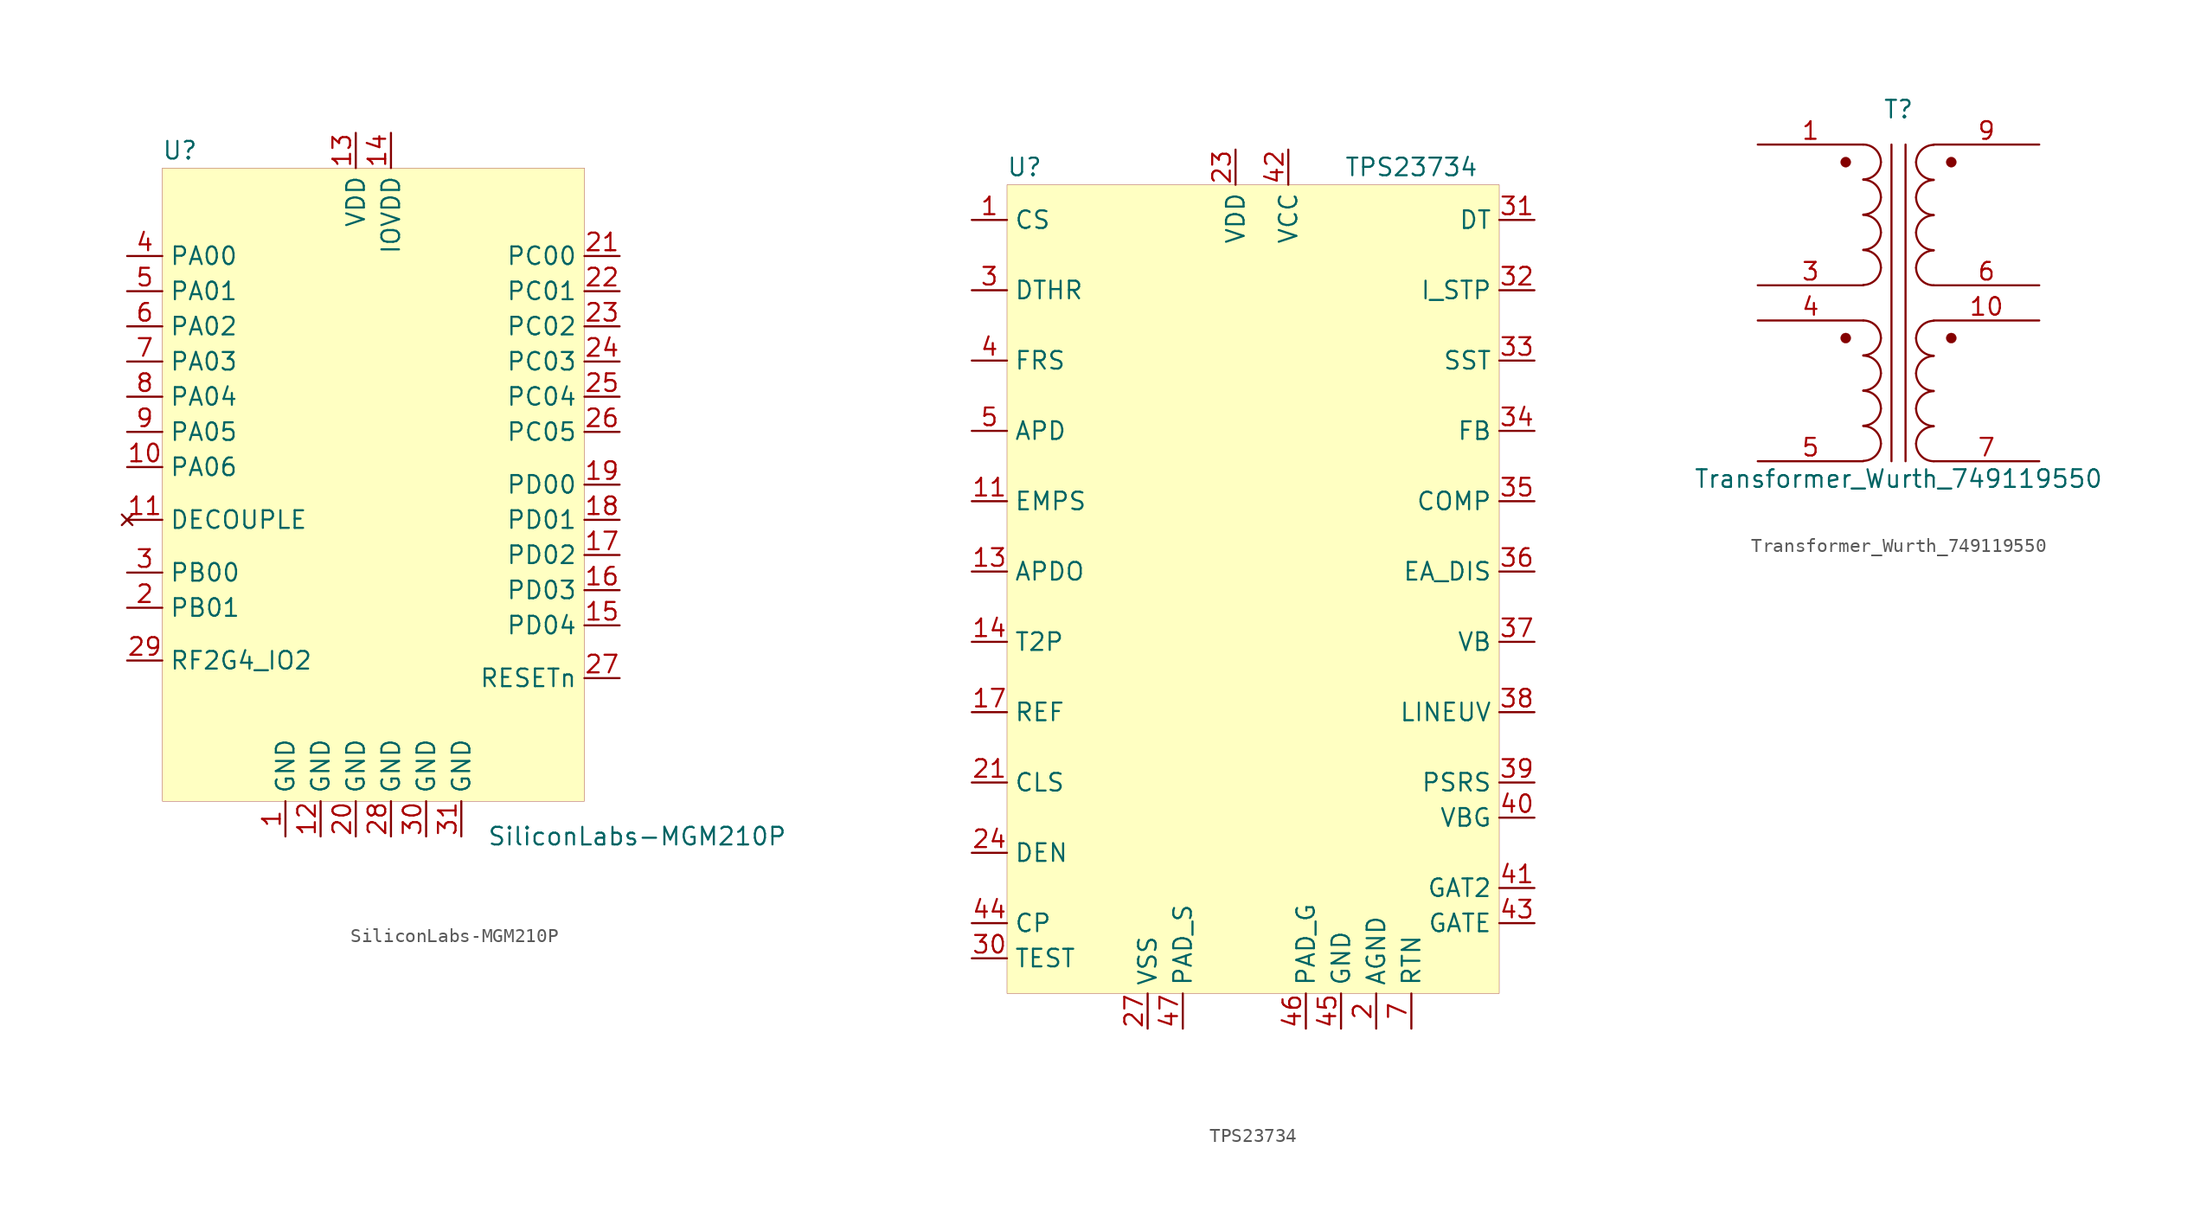
<source format=kicad_sym>
(kicad_symbol_lib
  (version 20211014)
  (generator kicad_symbol_editor)
  (symbol "SiliconLabs-MGM210P"
    (property "Reference" "U"
      (at -13.97 24.13 0)
      (effects (font (size 1.27 1.27))))
    (property "Value" "SiliconLabs-MGM210P"
      (at 19.05 -25.4 0)
      (effects (font (size 1.27 1.27))))
    (symbol "SiliconLabs-MGM210P_0_1"
      (rectangle (start -15.24 22.86) (end 15.24 -22.86) (stroke (width 0.001) (type default) (color 0 0 0 0)) (fill (type background))))
    (symbol "SiliconLabs-MGM210P_1_1"
      (pin power_in line (at -6.35 -25.4 90) (length 2.54) (name "GND" (effects (font (size 1.27 1.27)))) (number "1" (effects (font (size 1.27 1.27)))))
      (pin bidirectional line (at -17.78 1.27 0) (length 2.54) (name "PA06" (effects (font (size 1.27 1.27)))) (number "10" (effects (font (size 1.27 1.27)))))
      (pin no_connect line (at -17.78 -2.54 0) (length 2.54) (name "DECOUPLE" (effects (font (size 1.27 1.27)))) (number "11" (effects (font (size 1.27 1.27)))))
      (pin power_in line (at -3.81 -25.4 90) (length 2.54) (name "GND" (effects (font (size 1.27 1.27)))) (number "12" (effects (font (size 1.27 1.27)))))
      (pin power_in line (at -1.27 25.4 270) (length 2.54) (name "VDD" (effects (font (size 1.27 1.27)))) (number "13" (effects (font (size 1.27 1.27)))))
      (pin power_in line (at 1.27 25.4 270) (length 2.54) (name "IOVDD" (effects (font (size 1.27 1.27)))) (number "14" (effects (font (size 1.27 1.27)))))
      (pin bidirectional line (at 17.78 -10.16 180) (length 2.54) (name "PD04" (effects (font (size 1.27 1.27)))) (number "15" (effects (font (size 1.27 1.27)))))
      (pin bidirectional line (at 17.78 -7.62 180) (length 2.54) (name "PD03" (effects (font (size 1.27 1.27)))) (number "16" (effects (font (size 1.27 1.27)))))
      (pin bidirectional line (at 17.78 -5.08 180) (length 2.54) (name "PD02" (effects (font (size 1.27 1.27)))) (number "17" (effects (font (size 1.27 1.27)))))
      (pin bidirectional line (at 17.78 -2.54 180) (length 2.54) (name "PD01" (effects (font (size 1.27 1.27)))) (number "18" (effects (font (size 1.27 1.27)))))
      (pin bidirectional line (at 17.78 0 180) (length 2.54) (name "PD00" (effects (font (size 1.27 1.27)))) (number "19" (effects (font (size 1.27 1.27)))))
      (pin bidirectional line (at -17.78 -8.89 0) (length 2.54) (name "PB01" (effects (font (size 1.27 1.27)))) (number "2" (effects (font (size 1.27 1.27)))))
      (pin power_in line (at -1.27 -25.4 90) (length 2.54) (name "GND" (effects (font (size 1.27 1.27)))) (number "20" (effects (font (size 1.27 1.27)))))
      (pin bidirectional line (at 17.78 16.51 180) (length 2.54) (name "PC00" (effects (font (size 1.27 1.27)))) (number "21" (effects (font (size 1.27 1.27)))))
      (pin bidirectional line (at 17.78 13.97 180) (length 2.54) (name "PC01" (effects (font (size 1.27 1.27)))) (number "22" (effects (font (size 1.27 1.27)))))
      (pin bidirectional line (at 17.78 11.43 180) (length 2.54) (name "PC02" (effects (font (size 1.27 1.27)))) (number "23" (effects (font (size 1.27 1.27)))))
      (pin bidirectional line (at 17.78 8.89 180) (length 2.54) (name "PC03" (effects (font (size 1.27 1.27)))) (number "24" (effects (font (size 1.27 1.27)))))
      (pin bidirectional line (at 17.78 6.35 180) (length 2.54) (name "PC04" (effects (font (size 1.27 1.27)))) (number "25" (effects (font (size 1.27 1.27)))))
      (pin bidirectional line (at 17.78 3.81 180) (length 2.54) (name "PC05" (effects (font (size 1.27 1.27)))) (number "26" (effects (font (size 1.27 1.27)))))
      (pin bidirectional line (at 17.78 -13.97 180) (length 2.54) (name "RESETn" (effects (font (size 1.27 1.27)))) (number "27" (effects (font (size 1.27 1.27)))))
      (pin power_in line (at 1.27 -25.4 90) (length 2.54) (name "GND" (effects (font (size 1.27 1.27)))) (number "28" (effects (font (size 1.27 1.27)))))
      (pin input line (at -17.78 -12.7 0) (length 2.54) (name "RF2G4_IO2" (effects (font (size 1.27 1.27)))) (number "29" (effects (font (size 1.27 1.27)))))
      (pin bidirectional line (at -17.78 -6.35 0) (length 2.54) (name "PB00" (effects (font (size 1.27 1.27)))) (number "3" (effects (font (size 1.27 1.27)))))
      (pin power_in line (at 3.81 -25.4 90) (length 2.54) (name "GND" (effects (font (size 1.27 1.27)))) (number "30" (effects (font (size 1.27 1.27)))))
      (pin power_in line (at 6.35 -25.4 90) (length 2.54) (name "GND" (effects (font (size 1.27 1.27)))) (number "31" (effects (font (size 1.27 1.27)))))
      (pin bidirectional line (at -17.78 16.51 0) (length 2.54) (name "PA00" (effects (font (size 1.27 1.27)))) (number "4" (effects (font (size 1.27 1.27)))))
      (pin bidirectional line (at -17.78 13.97 0) (length 2.54) (name "PA01" (effects (font (size 1.27 1.27)))) (number "5" (effects (font (size 1.27 1.27)))))
      (pin bidirectional line (at -17.78 11.43 0) (length 2.54) (name "PA02" (effects (font (size 1.27 1.27)))) (number "6" (effects (font (size 1.27 1.27)))))
      (pin bidirectional line (at -17.78 8.89 0) (length 2.54) (name "PA03" (effects (font (size 1.27 1.27)))) (number "7" (effects (font (size 1.27 1.27)))))
      (pin bidirectional line (at -17.78 6.35 0) (length 2.54) (name "PA04" (effects (font (size 1.27 1.27)))) (number "8" (effects (font (size 1.27 1.27)))))
      (pin bidirectional line (at -17.78 3.81 0) (length 2.54) (name "PA05" (effects (font (size 1.27 1.27)))) (number "9" (effects (font (size 1.27 1.27)))))))
  (symbol "TPS23734"
    (property "Reference" "U"
      (at -16.51 30.48 0)
      (effects (font (size 1.27 1.27))))
    (property "Value" "TPS23734"
      (at 11.43 30.48 0)
      (effects (font (size 1.27 1.27))))
    (symbol "TPS23734_0_0"
      (pin bidirectional line (at -20.32 26.67 0) (length 2.54) (name "CS" (effects (font (size 1.27 1.27)))) (number "1" (effects (font (size 1.27 1.27)))))
      (pin no_connect line (at 1.27 20.32 0) (length 2.54) hide (name "NC" (effects (font (size 1.27 1.27)))) (number "10" (effects (font (size 1.27 1.27)))))
      (pin input line (at -20.32 6.35 0) (length 2.54) (name "EMPS" (effects (font (size 1.27 1.27)))) (number "11" (effects (font (size 1.27 1.27)))))
      (pin no_connect line (at 1.27 15.24 0) (length 2.54) hide (name "NC" (effects (font (size 1.27 1.27)))) (number "12" (effects (font (size 1.27 1.27)))))
      (pin output line (at -20.32 1.27 0) (length 2.54) (name "APDO" (effects (font (size 1.27 1.27)))) (number "13" (effects (font (size 1.27 1.27)))))
      (pin output line (at -20.32 -3.81 0) (length 2.54) (name "T2P" (effects (font (size 1.27 1.27)))) (number "14" (effects (font (size 1.27 1.27)))))
      (pin no_connect line (at 1.27 17.78 0) (length 2.54) hide (name "NC" (effects (font (size 1.27 1.27)))) (number "15" (effects (font (size 1.27 1.27)))))
      (pin no_connect line (at 1.27 12.7 0) (length 2.54) hide (name "NC" (effects (font (size 1.27 1.27)))) (number "16" (effects (font (size 1.27 1.27)))))
      (pin output line (at -20.32 -8.89 0) (length 2.54) (name "REF" (effects (font (size 1.27 1.27)))) (number "17" (effects (font (size 1.27 1.27)))))
      (pin no_connect line (at 1.27 10.16 0) (length 2.54) hide (name "NC" (effects (font (size 1.27 1.27)))) (number "18" (effects (font (size 1.27 1.27)))))
      (pin no_connect line (at 1.27 7.62 0) (length 2.54) hide (name "NC" (effects (font (size 1.27 1.27)))) (number "19" (effects (font (size 1.27 1.27)))))
      (pin power_in line (at 8.89 -31.75 90) (length 2.54) (name "AGND" (effects (font (size 1.27 1.27)))) (number "2" (effects (font (size 1.27 1.27)))))
      (pin no_connect line (at 1.27 5.08 0) (length 2.54) hide (name "NC" (effects (font (size 1.27 1.27)))) (number "20" (effects (font (size 1.27 1.27)))))
      (pin output line (at -20.32 -13.97 0) (length 2.54) (name "CLS" (effects (font (size 1.27 1.27)))) (number "21" (effects (font (size 1.27 1.27)))))
      (pin no_connect line (at 1.27 2.54 0) (length 2.54) hide (name "NC" (effects (font (size 1.27 1.27)))) (number "22" (effects (font (size 1.27 1.27)))))
      (pin power_in line (at -1.27 31.75 270) (length 2.54) (name "VDD" (effects (font (size 1.27 1.27)))) (number "23" (effects (font (size 1.27 1.27)))))
      (pin bidirectional line (at -20.32 -19.05 0) (length 2.54) (name "DEN" (effects (font (size 1.27 1.27)))) (number "24" (effects (font (size 1.27 1.27)))))
      (pin no_connect line (at 1.27 0 0) (length 2.54) hide (name "NC" (effects (font (size 1.27 1.27)))) (number "25" (effects (font (size 1.27 1.27)))))
      (pin no_connect line (at 1.27 -2.54 0) (length 2.54) hide (name "NC" (effects (font (size 1.27 1.27)))) (number "26" (effects (font (size 1.27 1.27)))))
      (pin power_in line (at -7.62 -31.75 90) (length 2.54) (name "VSS" (effects (font (size 1.27 1.27)))) (number "27" (effects (font (size 1.27 1.27)))))
      (pin passive line (at -7.62 -31.75 90) (length 2.54) hide (name "VSS" (effects (font (size 1.27 1.27)))) (number "28" (effects (font (size 1.27 1.27)))))
      (pin no_connect line (at 1.27 -5.08 0) (length 2.54) hide (name "NC" (effects (font (size 1.27 1.27)))) (number "29" (effects (font (size 1.27 1.27)))))
      (pin output line (at -20.32 21.59 0) (length 2.54) (name "DTHR" (effects (font (size 1.27 1.27)))) (number "3" (effects (font (size 1.27 1.27)))))
      (pin output line (at -20.32 -26.67 0) (length 2.54) (name "TEST" (effects (font (size 1.27 1.27)))) (number "30" (effects (font (size 1.27 1.27)))))
      (pin input line (at 20.32 26.67 180) (length 2.54) (name "DT" (effects (font (size 1.27 1.27)))) (number "31" (effects (font (size 1.27 1.27)))))
      (pin input line (at 20.32 21.59 180) (length 2.54) (name "I_STP" (effects (font (size 1.27 1.27)))) (number "32" (effects (font (size 1.27 1.27)))))
      (pin bidirectional line (at 20.32 16.51 180) (length 2.54) (name "SST" (effects (font (size 1.27 1.27)))) (number "33" (effects (font (size 1.27 1.27)))))
      (pin input line (at 20.32 11.43 180) (length 2.54) (name "FB" (effects (font (size 1.27 1.27)))) (number "34" (effects (font (size 1.27 1.27)))))
      (pin bidirectional line (at 20.32 6.35 180) (length 2.54) (name "COMP" (effects (font (size 1.27 1.27)))) (number "35" (effects (font (size 1.27 1.27)))))
      (pin input line (at 20.32 1.27 180) (length 2.54) (name "EA_DIS" (effects (font (size 1.27 1.27)))) (number "36" (effects (font (size 1.27 1.27)))))
      (pin output line (at 20.32 -3.81 180) (length 2.54) (name "VB" (effects (font (size 1.27 1.27)))) (number "37" (effects (font (size 1.27 1.27)))))
      (pin input line (at 20.32 -8.89 180) (length 2.54) (name "LINEUV" (effects (font (size 1.27 1.27)))) (number "38" (effects (font (size 1.27 1.27)))))
      (pin input line (at 20.32 -13.97 180) (length 2.54) (name "PSRS" (effects (font (size 1.27 1.27)))) (number "39" (effects (font (size 1.27 1.27)))))
      (pin input line (at -20.32 16.51 0) (length 2.54) (name "FRS" (effects (font (size 1.27 1.27)))) (number "4" (effects (font (size 1.27 1.27)))))
      (pin output line (at 20.32 -16.51 180) (length 2.54) (name "VBG" (effects (font (size 1.27 1.27)))) (number "40" (effects (font (size 1.27 1.27)))))
      (pin output line (at 20.32 -21.59 180) (length 2.54) (name "GAT2" (effects (font (size 1.27 1.27)))) (number "41" (effects (font (size 1.27 1.27)))))
      (pin power_in line (at 2.54 31.75 270) (length 2.54) (name "VCC" (effects (font (size 1.27 1.27)))) (number "42" (effects (font (size 1.27 1.27)))))
      (pin output line (at 20.32 -24.13 180) (length 2.54) (name "GATE" (effects (font (size 1.27 1.27)))) (number "43" (effects (font (size 1.27 1.27)))))
      (pin output line (at -20.32 -24.13 0) (length 2.54) (name "CP" (effects (font (size 1.27 1.27)))) (number "44" (effects (font (size 1.27 1.27)))))
      (pin power_in line (at 6.35 -31.75 90) (length 2.54) (name "GND" (effects (font (size 1.27 1.27)))) (number "45" (effects (font (size 1.27 1.27)))))
      (pin power_in line (at 3.81 -31.75 90) (length 2.54) (name "PAD_G" (effects (font (size 1.27 1.27)))) (number "46" (effects (font (size 1.27 1.27)))))
      (pin power_in line (at -5.08 -31.75 90) (length 2.54) (name "PAD_S" (effects (font (size 1.27 1.27)))) (number "47" (effects (font (size 1.27 1.27)))))
      (pin input line (at -20.32 11.43 0) (length 2.54) (name "APD" (effects (font (size 1.27 1.27)))) (number "5" (effects (font (size 1.27 1.27)))))
      (pin no_connect line (at 1.27 22.86 0) (length 2.54) hide (name "NC" (effects (font (size 1.27 1.27)))) (number "6" (effects (font (size 1.27 1.27)))))
      (pin power_in line (at 11.43 -31.75 90) (length 2.54) (name "RTN" (effects (font (size 1.27 1.27)))) (number "7" (effects (font (size 1.27 1.27)))))
      (pin passive line (at 11.43 -31.75 90) (length 2.54) hide (name "RTN" (effects (font (size 1.27 1.27)))) (number "8" (effects (font (size 1.27 1.27)))))
      (pin passive line (at 11.43 -31.75 90) (length 2.54) hide (name "RTN" (effects (font (size 1.27 1.27)))) (number "9" (effects (font (size 1.27 1.27))))))
    (symbol "TPS23734_0_1"
      (rectangle (start -17.78 29.21) (end 17.78 -29.21) (stroke (width 0.001) (type default) (color 0 0 0 0)) (fill (type background)))))
  (symbol "Transformer_Wurth_749119550"
    (pin_names
      (offset 1.016) hide)
    (property "Reference" "T"
      (at 0 12.7 0)
      (effects (font (size 1.27 1.27))))
    (property "Value" "Transformer_Wurth_749119550"
      (at 0 -13.97 0)
      (effects (font (size 1.27 1.27))))
    (symbol "Transformer_Wurth_749119550_0_1"
      (circle (center -3.81 -3.81) (radius 0.366) (stroke (width 0.001) (type default) (color 0 0 0 0)) (fill (type outline)))
      (circle (center -3.81 8.89) (radius 0.366) (stroke (width 0.001) (type default) (color 0 0 0 0)) (fill (type outline)))
      (arc (start -2.54 -12.6746) (mid -1.6599 -12.3101) (end -1.27 -11.43) (stroke (width 0) (type default) (color 0 0 0 0)) (fill (type none)))
      (arc (start -2.54 -10.1346) (mid -1.6599 -9.7701) (end -1.27 -8.89) (stroke (width 0) (type default) (color 0 0 0 0)) (fill (type none)))
      (arc (start -2.54 -7.5946) (mid -1.6599 -7.2301) (end -1.27 -6.35) (stroke (width 0) (type default) (color 0 0 0 0)) (fill (type none)))
      (arc (start -2.54 -5.0546) (mid -1.6599 -4.6901) (end -1.27 -3.81) (stroke (width 0) (type default) (color 0 0 0 0)) (fill (type none)))
      (arc (start -2.54 0.0254) (mid -1.6599 0.3899) (end -1.27 1.27) (stroke (width 0) (type default) (color 0 0 0 0)) (fill (type none)))
      (arc (start -2.54 2.5654) (mid -1.6599 2.9299) (end -1.27 3.81) (stroke (width 0) (type default) (color 0 0 0 0)) (fill (type none)))
      (arc (start -2.54 5.1054) (mid -1.6599 5.4699) (end -1.27 6.35) (stroke (width 0) (type default) (color 0 0 0 0)) (fill (type none)))
      (arc (start -2.54 7.6454) (mid -1.6599 8.0099) (end -1.27 8.89) (stroke (width 0) (type default) (color 0 0 0 0)) (fill (type none)))
      (arc (start -1.27 -11.43) (mid -1.642 -10.532) (end -2.54 -10.16) (stroke (width 0) (type default) (color 0 0 0 0)) (fill (type none)))
      (arc (start -1.27 -8.89) (mid -1.642 -7.992) (end -2.54 -7.62) (stroke (width 0) (type default) (color 0 0 0 0)) (fill (type none)))
      (arc (start -1.27 -6.35) (mid -1.642 -5.452) (end -2.54 -5.08) (stroke (width 0) (type default) (color 0 0 0 0)) (fill (type none)))
      (arc (start -1.27 -3.81) (mid -1.642 -2.912) (end -2.54 -2.54) (stroke (width 0) (type default) (color 0 0 0 0)) (fill (type none)))
      (arc (start -1.27 1.27) (mid -1.642 2.168) (end -2.54 2.54) (stroke (width 0) (type default) (color 0 0 0 0)) (fill (type none)))
      (arc (start -1.27 3.81) (mid -1.642 4.708) (end -2.54 5.08) (stroke (width 0) (type default) (color 0 0 0 0)) (fill (type none)))
      (arc (start -1.27 6.35) (mid -1.642 7.248) (end -2.54 7.62) (stroke (width 0) (type default) (color 0 0 0 0)) (fill (type none)))
      (arc (start -1.27 8.89) (mid -1.642 9.788) (end -2.54 10.16) (stroke (width 0) (type default) (color 0 0 0 0)) (fill (type none)))
      (polyline (pts (xy -0.508 -12.7) (xy -0.508 10.16)) (stroke (width 0) (type default) (color 0 0 0 0)) (fill (type none)))
      (polyline (pts (xy 0.508 10.16) (xy 0.508 -12.7)) (stroke (width 0) (type default) (color 0 0 0 0)) (fill (type none)))
      (arc (start 1.27 -11.43) (mid 1.642 -12.328) (end 2.54 -12.7) (stroke (width 0) (type default) (color 0 0 0 0)) (fill (type none)))
      (arc (start 1.27 -8.89) (mid 1.642 -9.788) (end 2.54 -10.16) (stroke (width 0) (type default) (color 0 0 0 0)) (fill (type none)))
      (arc (start 1.27 -6.35) (mid 1.642 -7.248) (end 2.54 -7.62) (stroke (width 0) (type default) (color 0 0 0 0)) (fill (type none)))
      (arc (start 1.27 -3.81) (mid 1.642 -4.708) (end 2.54 -5.08) (stroke (width 0) (type default) (color 0 0 0 0)) (fill (type none)))
      (arc (start 1.27 1.27) (mid 1.642 0.372) (end 2.54 0) (stroke (width 0) (type default) (color 0 0 0 0)) (fill (type none)))
      (arc (start 1.27 3.81) (mid 1.642 2.912) (end 2.54 2.54) (stroke (width 0) (type default) (color 0 0 0 0)) (fill (type none)))
      (arc (start 1.27 6.35) (mid 1.642 5.452) (end 2.54 5.08) (stroke (width 0) (type default) (color 0 0 0 0)) (fill (type none)))
      (arc (start 1.27 8.89) (mid 1.642 7.992) (end 2.54 7.62) (stroke (width 0) (type default) (color 0 0 0 0)) (fill (type none)))
      (arc (start 2.54 -10.1854) (mid 1.6599 -10.5499) (end 1.27 -11.43) (stroke (width 0) (type default) (color 0 0 0 0)) (fill (type none)))
      (arc (start 2.54 -7.6454) (mid 1.6599 -8.0099) (end 1.27 -8.89) (stroke (width 0) (type default) (color 0 0 0 0)) (fill (type none)))
      (arc (start 2.54 -5.1054) (mid 1.6599 -5.4699) (end 1.27 -6.35) (stroke (width 0) (type default) (color 0 0 0 0)) (fill (type none)))
      (arc (start 2.54 -2.5654) (mid 1.6599 -2.9299) (end 1.27 -3.81) (stroke (width 0) (type default) (color 0 0 0 0)) (fill (type none)))
      (arc (start 2.54 2.5146) (mid 1.6599 2.1501) (end 1.27 1.27) (stroke (width 0) (type default) (color 0 0 0 0)) (fill (type none)))
      (arc (start 2.54 5.0546) (mid 1.6599 4.6901) (end 1.27 3.81) (stroke (width 0) (type default) (color 0 0 0 0)) (fill (type none)))
      (arc (start 2.54 7.5946) (mid 1.6599 7.2301) (end 1.27 6.35) (stroke (width 0) (type default) (color 0 0 0 0)) (fill (type none)))
      (arc (start 2.54 10.1346) (mid 1.6599 9.7701) (end 1.27 8.89) (stroke (width 0) (type default) (color 0 0 0 0)) (fill (type none)))
      (circle (center 3.81 -3.81) (radius 0.366) (stroke (width 0.001) (type default) (color 0 0 0 0)) (fill (type outline)))
      (circle (center 3.81 8.89) (radius 0.366) (stroke (width 0.001) (type default) (color 0 0 0 0)) (fill (type outline))))
    (symbol "Transformer_Wurth_749119550_1_1"
      (pin passive line (at -10.16 10.16 0) (length 7.62) (name "N1A" (effects (font (size 1.27 1.27)))) (number "1" (effects (font (size 1.27 1.27)))))
      (pin passive line (at 10.16 -2.54 180) (length 7.62) (name "N3A" (effects (font (size 1.27 1.27)))) (number "10" (effects (font (size 1.27 1.27)))))
      (pin passive line (at -10.16 0 0) (length 7.62) (name "N1B" (effects (font (size 1.27 1.27)))) (number "3" (effects (font (size 1.27 1.27)))))
      (pin passive line (at -10.16 -2.54 0) (length 7.62) (name "N4A" (effects (font (size 1.27 1.27)))) (number "4" (effects (font (size 1.27 1.27)))))
      (pin passive line (at -10.16 -12.7 0) (length 7.62) (name "N4B" (effects (font (size 1.27 1.27)))) (number "5" (effects (font (size 1.27 1.27)))))
      (pin passive line (at 10.16 0 180) (length 7.62) (name "N2B" (effects (font (size 1.27 1.27)))) (number "6" (effects (font (size 1.27 1.27)))))
      (pin passive line (at 10.16 -12.7 180) (length 7.62) (name "N3B" (effects (font (size 1.27 1.27)))) (number "7" (effects (font (size 1.27 1.27)))))
      (pin passive line (at 10.16 10.16 180) (length 7.62) (name "N2A" (effects (font (size 1.27 1.27)))) (number "9" (effects (font (size 1.27 1.27))))))))
</source>
